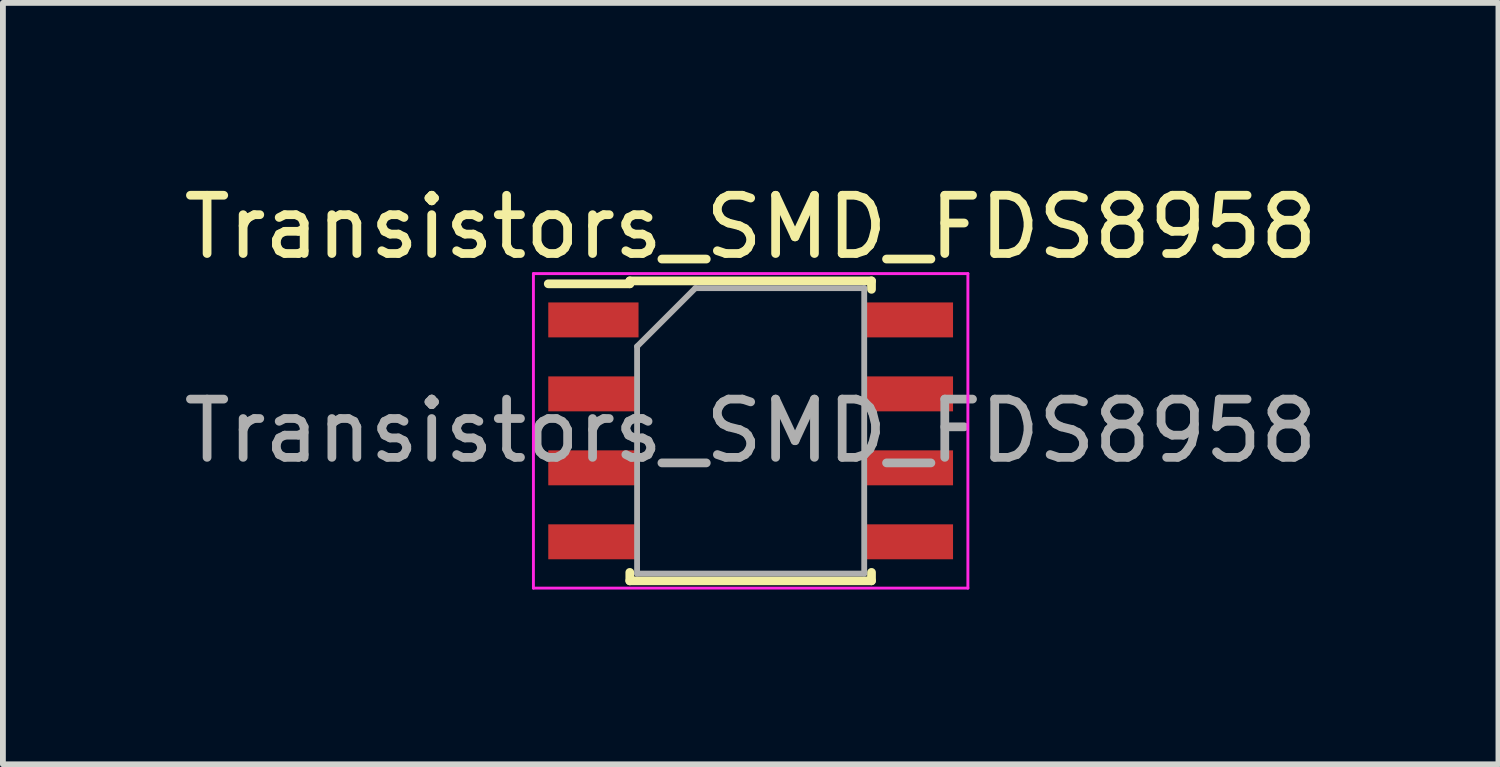
<source format=kicad_pcb>
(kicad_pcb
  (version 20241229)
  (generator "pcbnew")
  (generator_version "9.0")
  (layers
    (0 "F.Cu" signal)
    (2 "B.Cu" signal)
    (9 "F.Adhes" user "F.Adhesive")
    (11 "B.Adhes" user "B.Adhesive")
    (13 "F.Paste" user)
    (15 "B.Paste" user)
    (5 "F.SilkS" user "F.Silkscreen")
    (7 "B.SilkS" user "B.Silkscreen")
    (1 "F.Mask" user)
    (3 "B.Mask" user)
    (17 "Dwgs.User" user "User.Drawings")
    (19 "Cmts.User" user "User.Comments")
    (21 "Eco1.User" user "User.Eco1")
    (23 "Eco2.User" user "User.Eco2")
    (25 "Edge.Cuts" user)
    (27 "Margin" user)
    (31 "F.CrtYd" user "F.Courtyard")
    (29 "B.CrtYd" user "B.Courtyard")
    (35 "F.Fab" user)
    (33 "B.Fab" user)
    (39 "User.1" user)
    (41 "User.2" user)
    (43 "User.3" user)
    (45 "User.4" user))
  (footprint "Transistors_SMD_FDS8958"
    (layer "F.Cu")
    (at 9.839 4.348)
    (property "Reference" "Transistors_SMD_FDS8958" (at 0 -3.5 0) (layer "F.SilkS") (effects (font (size 1 1) (thickness 0.15))))
    (attr smd)
    (fp_line (start -2.075 -2.575) (end -2.075 -2.525) (stroke (width 0.15) (type solid)) (layer "F.SilkS"))
    (fp_line (start -2.075 -2.575) (end 2.075 -2.575) (stroke (width 0.15) (type solid)) (layer "F.SilkS"))
    (fp_line (start -2.075 -2.525) (end -3.475 -2.525) (stroke (width 0.15) (type solid)) (layer "F.SilkS"))
    (fp_line (start -2.075 2.575) (end -2.075 2.43) (stroke (width 0.15) (type solid)) (layer "F.SilkS"))
    (fp_line (start -2.075 2.575) (end 2.075 2.575) (stroke (width 0.15) (type solid)) (layer "F.SilkS"))
    (fp_line (start 2.075 -2.575) (end 2.075 -2.43) (stroke (width 0.15) (type solid)) (layer "F.SilkS"))
    (fp_line (start 2.075 2.575) (end 2.075 2.43) (stroke (width 0.15) (type solid)) (layer "F.SilkS"))
    (fp_line (start -3.73 -2.7) (end -3.73 2.7) (stroke (width 0.05) (type solid)) (layer "F.CrtYd"))
    (fp_line (start -3.73 -2.7) (end 3.73 -2.7) (stroke (width 0.05) (type solid)) (layer "F.CrtYd"))
    (fp_line (start -3.73 2.7) (end 3.73 2.7) (stroke (width 0.05) (type solid)) (layer "F.CrtYd"))
    (fp_line (start 3.73 -2.7) (end 3.73 2.7) (stroke (width 0.05) (type solid)) (layer "F.CrtYd"))
    (fp_line (start -1.95 -1.45) (end -0.95 -2.45) (stroke (width 0.1) (type solid)) (layer "F.Fab"))
    (fp_line (start -1.95 2.45) (end -1.95 -1.45) (stroke (width 0.1) (type solid)) (layer "F.Fab"))
    (fp_line (start -0.95 -2.45) (end 1.95 -2.45) (stroke (width 0.1) (type solid)) (layer "F.Fab"))
    (fp_line (start 1.95 -2.45) (end 1.95 2.45) (stroke (width 0.1) (type solid)) (layer "F.Fab"))
    (fp_line (start 1.95 2.45) (end -1.95 2.45) (stroke (width 0.1) (type solid)) (layer "F.Fab"))
    (fp_text user "${REFERENCE}" (at 0 0 0) (layer "F.Fab") (effects (font (size 1 1) (thickness 0.15))))
    (pad "1" smd rect (at -2.7 -1.905) (size 1.55 0.6) (layers "F.Cu" "F.Mask" "F.Paste"))
    (pad "2" smd rect (at -2.7 -0.635) (size 1.55 0.6) (layers "F.Cu" "F.Mask" "F.Paste"))
    (pad "3" smd rect (at -2.7 0.635) (size 1.55 0.6) (layers "F.Cu" "F.Mask" "F.Paste"))
    (pad "4" smd rect (at -2.7 1.905) (size 1.55 0.6) (layers "F.Cu" "F.Mask" "F.Paste"))
    (pad "5" smd rect (at 2.7 1.905) (size 1.55 0.6) (layers "F.Cu" "F.Mask" "F.Paste"))
    (pad "6" smd rect (at 2.7 0.635) (size 1.55 0.6) (layers "F.Cu" "F.Mask" "F.Paste"))
    (pad "7" smd rect (at 2.7 -0.635) (size 1.55 0.6) (layers "F.Cu" "F.Mask" "F.Paste"))
    (pad "8" smd rect (at 2.7 -1.905) (size 1.55 0.6) (layers "F.Cu" "F.Mask" "F.Paste")))
  (gr_rect
    (start -3 -3)
    (end 22.679 10.073)
    (stroke (width 0.1) (type default))
    (fill no)
    (layer "Edge.Cuts")))
</source>
